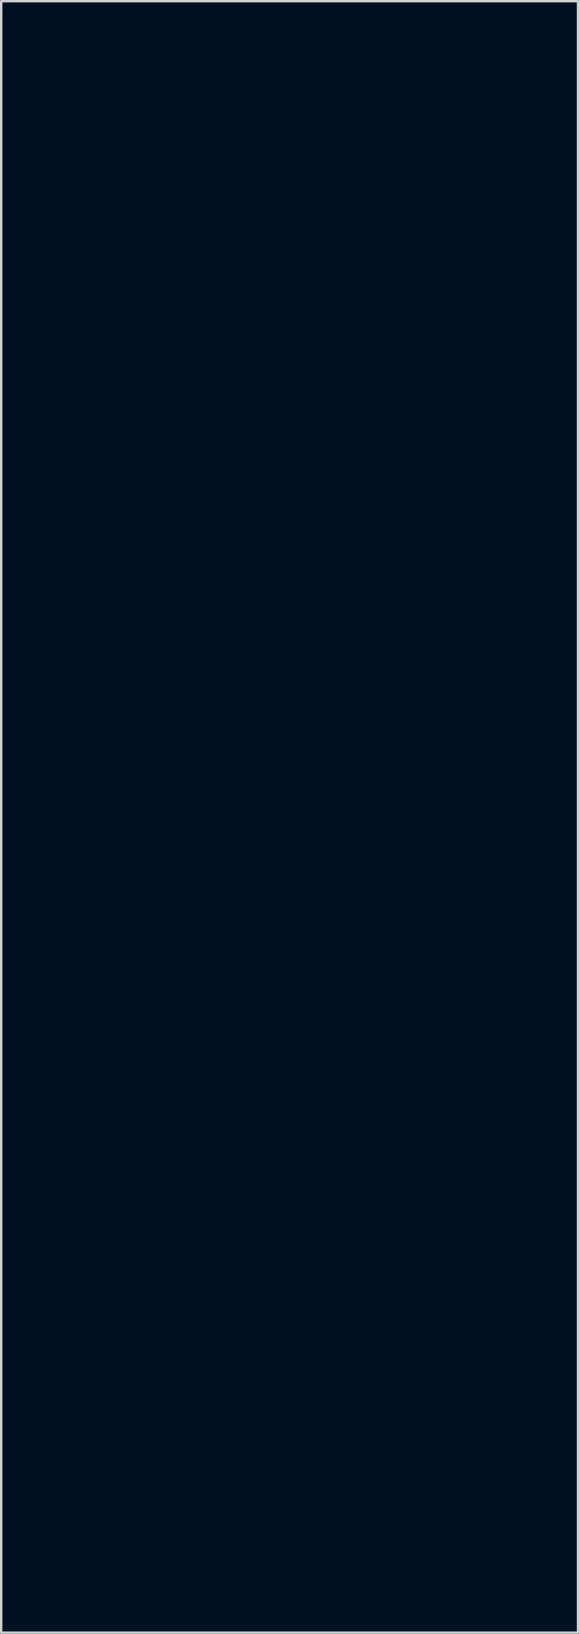
<source format=kicad_pcb>
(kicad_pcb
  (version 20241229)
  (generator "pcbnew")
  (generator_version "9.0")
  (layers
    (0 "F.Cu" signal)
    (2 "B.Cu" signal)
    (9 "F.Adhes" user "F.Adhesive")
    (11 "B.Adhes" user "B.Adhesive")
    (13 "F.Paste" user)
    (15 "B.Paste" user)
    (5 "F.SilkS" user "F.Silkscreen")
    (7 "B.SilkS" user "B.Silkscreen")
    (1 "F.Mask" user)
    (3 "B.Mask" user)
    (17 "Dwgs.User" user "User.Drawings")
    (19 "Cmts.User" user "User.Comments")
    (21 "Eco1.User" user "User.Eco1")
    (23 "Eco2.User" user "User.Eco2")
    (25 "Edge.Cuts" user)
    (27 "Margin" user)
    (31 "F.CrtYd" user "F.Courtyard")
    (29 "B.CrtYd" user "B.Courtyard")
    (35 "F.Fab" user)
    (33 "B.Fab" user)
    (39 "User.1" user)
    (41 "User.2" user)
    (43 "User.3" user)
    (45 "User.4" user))
  (footprint "key2codeFMask"
    (layer "F.Cu")
    (at 9.006 30.927)
    (property "Reference" "key2codeFMask" (at 0 0 0) (layer "F.Mask") (effects (font (size 1.524 1.524) (thickness 0.3))))
    (attr through_hole)
    (fp_poly (pts (xy 2 -9.747) (xy 0.286 -9.73) (xy -0.227 -9.725) (xy -0.628 -9.719) (xy -0.932 -9.711) (xy -1.153 -9.701) (xy -1.306 -9.686) (xy -1.407 -9.666) (xy -1.471 -9.64) (xy -1.511 -9.607) (xy -1.524 -9.591) (xy -1.658 -9.483) (xy -1.794 -9.427) (xy -1.898 -9.408) (xy -1.949 -9.436) (xy -1.967 -9.54) (xy -1.968 -9.696) (xy -1.954 -9.894) (xy -1.917 -10.043) (xy -1.892 -10.084) (xy -1.83 -10.107) (xy -1.691 -10.126) (xy -1.464 -10.14) (xy -1.142 -10.15) (xy -0.715 -10.157) (xy -0.174 -10.16) (xy 0.112 -10.16) (xy 2.04 -10.16) (xy 2 -9.747)) (stroke (width 0.01) (type solid)) (fill yes) (layer "F.Mask"))
    (fp_poly (pts (xy 1.834 -30.864) (xy 1.891 -30.826) (xy 1.961 -30.764) (xy 2.003 -30.68) (xy 2.024 -30.543) (xy 2.031 -30.323) (xy 2.032 -30.191) (xy 2.032 -29.654) (xy 0.074 -29.654) (xy -0.412 -29.656) (xy -0.858 -29.66) (xy -1.246 -29.665) (xy -1.561 -29.673) (xy -1.787 -29.682) (xy -1.91 -29.692) (xy -1.926 -29.697) (xy -1.949 -29.779) (xy -1.963 -29.945) (xy -1.968 -30.163) (xy -1.965 -30.397) (xy -1.955 -30.614) (xy -1.938 -30.779) (xy -1.914 -30.858) (xy -1.908 -30.861) (xy -1.809 -30.837) (xy -1.689 -30.789) (xy -1.586 -30.718) (xy -1.533 -30.602) (xy -1.511 -30.424) (xy -1.492 -30.131) (xy -0.905 -30.112) (xy -0.318 -30.094) (xy -0.318 -30.414) (xy -0.309 -30.596) (xy -0.287 -30.712) (xy -0.27 -30.734) (xy -0.189 -30.703) (xy -0.05 -30.628) (xy -0.016 -30.608) (xy 0.132 -30.489) (xy 0.187 -30.349) (xy 0.191 -30.29) (xy 0.191 -30.099) (xy 1.587 -30.099) (xy 1.587 -30.512) (xy 1.597 -30.758) (xy 1.633 -30.891) (xy 1.708 -30.922) (xy 1.834 -30.864)) (stroke (width 0.01) (type solid)) (fill yes) (layer "F.Mask"))
    (fp_poly (pts (xy 1.761 -24.124) (xy 1.884 -24.067) (xy 1.963 -23.991) (xy 2.007 -23.869) (xy 2.026 -23.673) (xy 2.031 -23.384) (xy 2.032 -22.86) (xy 0.074 -22.86) (xy -0.412 -22.861) (xy -0.858 -22.865) (xy -1.246 -22.871) (xy -1.561 -22.879) (xy -1.787 -22.888) (xy -1.91 -22.898) (xy -1.926 -22.902) (xy -1.944 -22.978) (xy -1.957 -23.141) (xy -1.965 -23.36) (xy -1.968 -23.6) (xy -1.965 -23.828) (xy -1.957 -24.012) (xy -1.942 -24.117) (xy -1.934 -24.13) (xy -1.859 -24.104) (xy -1.724 -24.04) (xy -1.715 -24.035) (xy -1.591 -23.948) (xy -1.532 -23.824) (xy -1.512 -23.67) (xy -1.492 -23.4) (xy -0.905 -23.381) (xy -0.318 -23.363) (xy -0.318 -23.651) (xy -0.304 -23.844) (xy -0.252 -23.927) (xy -0.142 -23.913) (xy -0.043 -23.866) (xy 0.119 -23.747) (xy 0.184 -23.593) (xy 0.19 -23.511) (xy 0.195 -23.448) (xy 0.226 -23.408) (xy 0.304 -23.384) (xy 0.452 -23.372) (xy 0.691 -23.368) (xy 0.889 -23.368) (xy 1.587 -23.368) (xy 1.587 -23.779) (xy 1.587 -24.19) (xy 1.761 -24.124)) (stroke (width 0.01) (type solid)) (fill yes) (layer "F.Mask"))
    (fp_poly (pts (xy 1.993 2.563) (xy 2.025 2.637) (xy 2.032 2.789) (xy 2.034 2.88) (xy 2.03 2.951) (xy 2.003 3.004) (xy 1.94 3.046) (xy 1.823 3.082) (xy 1.639 3.117) (xy 1.371 3.156) (xy 1.004 3.205) (xy 0.667 3.249) (xy -0.413 3.392) (xy 0.81 3.551) (xy 2.032 3.71) (xy 2.032 3.951) (xy 2.024 4.107) (xy 1.979 4.173) (xy 1.865 4.185) (xy 1.826 4.184) (xy 1.71 4.173) (xy 1.487 4.144) (xy 1.176 4.1) (xy 0.795 4.044) (xy 0.362 3.979) (xy -0.103 3.906) (xy -0.127 3.902) (xy -0.583 3.831) (xy -0.999 3.766) (xy -1.356 3.71) (xy -1.64 3.666) (xy -1.833 3.636) (xy -1.919 3.624) (xy -1.921 3.623) (xy -1.961 3.567) (xy -1.967 3.442) (xy -1.946 3.303) (xy -1.899 3.203) (xy -1.889 3.194) (xy -1.808 3.169) (xy -1.618 3.129) (xy -1.335 3.077) (xy -0.976 3.016) (xy -0.558 2.949) (xy -0.098 2.878) (xy 0 2.863) (xy 0.469 2.792) (xy 0.901 2.727) (xy 1.278 2.668) (xy 1.584 2.62) (xy 1.801 2.584) (xy 1.913 2.564) (xy 1.921 2.562) (xy 1.993 2.563)) (stroke (width 0.01) (type solid)) (fill yes) (layer "F.Mask"))
    (fp_poly (pts (xy 1.73 22.895) (xy 1.865 22.946) (xy 1.952 23.017) (xy 2.002 23.133) (xy 2.026 23.32) (xy 2.032 23.604) (xy 2.032 23.67) (xy 2.032 24.274) (xy 1.572 24.24) (xy 1.357 24.217) (xy 1.151 24.175) (xy 0.924 24.104) (xy 0.645 23.994) (xy 0.286 23.838) (xy -0.069 23.683) (xy -0.34 23.575) (xy -0.558 23.506) (xy -0.752 23.466) (xy -0.953 23.446) (xy -0.987 23.444) (xy -1.241 23.436) (xy -1.4 23.452) (xy -1.493 23.494) (xy -1.519 23.52) (xy -1.564 23.641) (xy -1.495 23.74) (xy -1.322 23.806) (xy -1.175 23.825) (xy -0.899 23.844) (xy -0.986 24.051) (xy -1.048 24.173) (xy -1.126 24.234) (xy -1.262 24.255) (xy -1.394 24.257) (xy -1.634 24.238) (xy -1.792 24.172) (xy -1.841 24.13) (xy -1.92 24.017) (xy -1.959 23.855) (xy -1.968 23.627) (xy -1.961 23.405) (xy -1.931 23.268) (xy -1.863 23.172) (xy -1.801 23.119) (xy -1.698 23.053) (xy -1.571 23.013) (xy -1.388 22.993) (xy -1.115 22.987) (xy -1.064 22.987) (xy -0.849 22.989) (xy -0.675 22.998) (xy -0.516 23.023) (xy -0.345 23.071) (xy -0.135 23.149) (xy 0.141 23.264) (xy 0.454 23.4) (xy 0.78 23.539) (xy 1.069 23.658) (xy 1.3 23.749) (xy 1.451 23.802) (xy 1.495 23.812) (xy 1.544 23.785) (xy 1.573 23.689) (xy 1.586 23.501) (xy 1.587 23.332) (xy 1.589 23.089) (xy 1.6 22.949) (xy 1.627 22.888) (xy 1.679 22.881) (xy 1.73 22.895)) (stroke (width 0.01) (type solid)) (fill yes) (layer "F.Mask"))
    (fp_poly (pts (xy 1.73 -17.3) (xy 1.865 -17.249) (xy 1.953 -17.178) (xy 2.003 -17.06) (xy 2.026 -16.871) (xy 2.032 -16.584) (xy 2.032 -16.534) (xy 2.032 -15.938) (xy 1.645 -15.938) (xy 1.477 -15.945) (xy 1.313 -15.969) (xy 1.129 -16.019) (xy 0.898 -16.103) (xy 0.593 -16.228) (xy 0.359 -16.33) (xy -0.018 -16.49) (xy -0.308 -16.603) (xy -0.54 -16.678) (xy -0.741 -16.723) (xy -0.94 -16.747) (xy -0.986 -16.75) (xy -1.237 -16.76) (xy -1.394 -16.747) (xy -1.487 -16.707) (xy -1.518 -16.676) (xy -1.564 -16.555) (xy -1.495 -16.456) (xy -1.322 -16.39) (xy -1.175 -16.37) (xy -0.899 -16.351) (xy -0.986 -16.145) (xy -1.048 -16.022) (xy -1.126 -15.961) (xy -1.262 -15.94) (xy -1.394 -15.938) (xy -1.634 -15.958) (xy -1.792 -16.023) (xy -1.841 -16.066) (xy -1.92 -16.178) (xy -1.959 -16.341) (xy -1.968 -16.569) (xy -1.961 -16.79) (xy -1.931 -16.928) (xy -1.863 -17.024) (xy -1.801 -17.077) (xy -1.698 -17.142) (xy -1.571 -17.182) (xy -1.388 -17.202) (xy -1.115 -17.208) (xy -1.064 -17.209) (xy -0.849 -17.207) (xy -0.675 -17.197) (xy -0.516 -17.172) (xy -0.345 -17.124) (xy -0.135 -17.046) (xy 0.141 -16.931) (xy 0.454 -16.796) (xy 0.78 -16.656) (xy 1.069 -16.537) (xy 1.3 -16.447) (xy 1.451 -16.393) (xy 1.495 -16.383) (xy 1.544 -16.41) (xy 1.573 -16.507) (xy 1.586 -16.695) (xy 1.587 -16.864) (xy 1.589 -17.106) (xy 1.6 -17.246) (xy 1.627 -17.307) (xy 1.679 -17.314) (xy 1.73 -17.3)) (stroke (width 0.01) (type solid)) (fill yes) (layer "F.Mask"))
    (fp_poly (pts (xy -1.762 -3.908) (xy -1.64 -3.845) (xy -1.573 -3.762) (xy -1.539 -3.617) (xy -1.524 -3.482) (xy -1.492 -3.143) (xy -0.589 -3.106) (xy -0.554 -3.369) (xy -0.495 -3.581) (xy -0.395 -3.762) (xy -0.375 -3.784) (xy -0.316 -3.842) (xy -0.25 -3.883) (xy -0.157 -3.91) (xy -0.014 -3.926) (xy 0.199 -3.934) (xy 0.504 -3.937) (xy 0.762 -3.937) (xy 1.139 -3.936) (xy 1.41 -3.932) (xy 1.596 -3.921) (xy 1.719 -3.901) (xy 1.8 -3.87) (xy 1.861 -3.824) (xy 1.894 -3.79) (xy 1.98 -3.665) (xy 2.022 -3.499) (xy 2.032 -3.282) (xy 2.015 -3.014) (xy 1.949 -2.835) (xy 1.816 -2.729) (xy 1.595 -2.679) (xy 1.31 -2.667) (xy 1.039 -2.674) (xy 0.866 -2.706) (xy 0.761 -2.775) (xy 0.694 -2.896) (xy 0.67 -2.969) (xy 0.654 -3.043) (xy 0.679 -3.086) (xy 0.771 -3.106) (xy 0.953 -3.111) (xy 1.067 -3.111) (xy 1.372 -3.13) (xy 1.564 -3.184) (xy 1.639 -3.271) (xy 1.593 -3.39) (xy 1.587 -3.397) (xy 1.49 -3.44) (xy 1.299 -3.471) (xy 1.046 -3.491) (xy 0.764 -3.498) (xy 0.487 -3.494) (xy 0.246 -3.476) (xy 0.074 -3.446) (xy 0.013 -3.416) (xy -0.038 -3.306) (xy -0.063 -3.133) (xy -0.064 -3.104) (xy -0.066 -2.936) (xy -0.084 -2.818) (xy -0.139 -2.74) (xy -0.248 -2.695) (xy -0.431 -2.674) (xy -0.706 -2.667) (xy -1.012 -2.667) (xy -1.333 -2.67) (xy -1.607 -2.678) (xy -1.81 -2.69) (xy -1.917 -2.705) (xy -1.926 -2.709) (xy -1.944 -2.787) (xy -1.958 -2.962) (xy -1.967 -3.205) (xy -1.968 -3.373) (xy -1.968 -3.994) (xy -1.762 -3.908)) (stroke (width 0.01) (type solid)) (fill yes) (layer "F.Mask"))
    (fp_poly (pts (xy 0.536 29.718) (xy 0.93 29.721) (xy 1.228 29.725) (xy 1.446 29.734) (xy 1.601 29.748) (xy 1.708 29.768) (xy 1.782 29.795) (xy 1.841 29.831) (xy 1.865 29.85) (xy 1.961 29.941) (xy 2.011 30.05) (xy 2.03 30.218) (xy 2.032 30.358) (xy 2.009 30.651) (xy 1.928 30.842) (xy 1.774 30.948) (xy 1.531 30.987) (xy 1.457 30.988) (xy 1.264 30.982) (xy 1.155 30.948) (xy 1.088 30.866) (xy 1.05 30.782) (xy 0.963 30.575) (xy 1.238 30.556) (xy 1.428 30.522) (xy 1.569 30.462) (xy 1.596 30.438) (xy 1.635 30.329) (xy 1.555 30.245) (xy 1.36 30.19) (xy 1.054 30.164) (xy 0.94 30.163) (xy 0.445 30.163) (xy 0.445 30.408) (xy 0.397 30.668) (xy 0.313 30.821) (xy 0.181 30.988) (xy -0.767 30.988) (xy -1.137 30.987) (xy -1.402 30.981) (xy -1.583 30.968) (xy -1.702 30.946) (xy -1.781 30.911) (xy -1.84 30.862) (xy -1.841 30.861) (xy -1.92 30.748) (xy -1.959 30.586) (xy -1.968 30.358) (xy -1.968 30.342) (xy -1.577 30.342) (xy -1.53 30.441) (xy -1.468 30.487) (xy -1.36 30.518) (xy -1.182 30.535) (xy -0.911 30.543) (xy -0.722 30.544) (xy 0 30.544) (xy 0 30.163) (xy -0.686 30.163) (xy -1.085 30.173) (xy -1.363 30.205) (xy -1.526 30.261) (xy -1.577 30.342) (xy -1.968 30.342) (xy -1.961 30.136) (xy -1.931 29.999) (xy -1.863 29.903) (xy -1.801 29.85) (xy -1.745 29.81) (xy -1.679 29.779) (xy -1.588 29.756) (xy -1.456 29.739) (xy -1.267 29.729) (xy -1.005 29.722) (xy -0.655 29.719) (xy -0.2 29.718) (xy 0.032 29.718) (xy 0.536 29.718)) (stroke (width 0.01) (type solid)) (fill yes) (layer "F.Mask"))
    (fp_poly (pts (xy 1.188 16.136) (xy 1.47 16.156) (xy 1.673 16.189) (xy 1.706 16.199) (xy 1.874 16.284) (xy 1.974 16.415) (xy 2.022 16.619) (xy 2.032 16.85) (xy 2.007 17.114) (xy 1.921 17.293) (xy 1.758 17.402) (xy 1.501 17.454) (xy 1.263 17.462) (xy 1.031 17.459) (xy 0.892 17.441) (xy 0.81 17.396) (xy 0.752 17.312) (xy 0.732 17.275) (xy 0.666 17.137) (xy 0.635 17.056) (xy 0.635 17.053) (xy 0.693 17.036) (xy 0.846 17.023) (xy 1.061 17.018) (xy 1.072 17.018) (xy 1.37 17.001) (xy 1.553 16.947) (xy 1.628 16.853) (xy 1.613 16.738) (xy 1.581 16.695) (xy 1.513 16.666) (xy 1.387 16.65) (xy 1.181 16.645) (xy 0.876 16.649) (xy 0.77 16.651) (xy -0.032 16.669) (xy -0.052 16.985) (xy -0.076 17.185) (xy -0.116 17.338) (xy -0.139 17.382) (xy -0.23 17.417) (xy -0.418 17.443) (xy -0.672 17.459) (xy -0.961 17.466) (xy -1.257 17.464) (xy -1.527 17.452) (xy -1.743 17.43) (xy -1.874 17.398) (xy -1.892 17.386) (xy -1.92 17.302) (xy -1.944 17.133) (xy -1.961 16.91) (xy -1.971 16.667) (xy -1.972 16.436) (xy -1.965 16.251) (xy -1.947 16.143) (xy -1.934 16.129) (xy -1.859 16.155) (xy -1.724 16.219) (xy -1.715 16.224) (xy -1.604 16.296) (xy -1.545 16.394) (xy -1.518 16.558) (xy -1.511 16.653) (xy -1.492 16.986) (xy -1.032 17.005) (xy -0.795 17.012) (xy -0.657 17.006) (xy -0.592 16.977) (xy -0.573 16.919) (xy -0.572 16.872) (xy -0.525 16.578) (xy -0.396 16.349) (xy -0.216 16.217) (xy -0.051 16.178) (xy 0.207 16.15) (xy 0.522 16.133) (xy 0.86 16.129) (xy 1.188 16.136)) (stroke (width 0.01) (type solid)) (fill yes) (layer "F.Mask"))
    (fp_poly (pts (xy -1.859 9.361) (xy -1.724 9.425) (xy -1.715 9.43) (xy -1.604 9.502) (xy -1.545 9.599) (xy -1.518 9.763) (xy -1.511 9.858) (xy -1.492 10.192) (xy -1.032 10.21) (xy -0.795 10.218) (xy -0.657 10.211) (xy -0.592 10.183) (xy -0.573 10.124) (xy -0.572 10.077) (xy -0.541 9.855) (xy -0.463 9.644) (xy -0.358 9.492) (xy -0.315 9.46) (xy -0.213 9.439) (xy -0.009 9.42) (xy 0.271 9.406) (xy 0.602 9.399) (xy 0.778 9.398) (xy 1.154 9.399) (xy 1.425 9.405) (xy 1.612 9.417) (xy 1.736 9.438) (xy 1.819 9.471) (xy 1.883 9.519) (xy 1.893 9.527) (xy 1.976 9.631) (xy 2.018 9.769) (xy 2.032 9.985) (xy 2.032 10.035) (xy 2.016 10.31) (xy 1.954 10.493) (xy 1.826 10.602) (xy 1.612 10.655) (xy 1.303 10.668) (xy 1.06 10.665) (xy 0.911 10.651) (xy 0.823 10.613) (xy 0.765 10.542) (xy 0.732 10.481) (xy 0.666 10.343) (xy 0.635 10.261) (xy 0.635 10.258) (xy 0.693 10.241) (xy 0.846 10.229) (xy 1.061 10.224) (xy 1.072 10.223) (xy 1.374 10.205) (xy 1.565 10.151) (xy 1.638 10.063) (xy 1.593 9.944) (xy 1.587 9.938) (xy 1.52 9.893) (xy 1.393 9.864) (xy 1.184 9.848) (xy 0.872 9.843) (xy 0.823 9.842) (xy 0.532 9.846) (xy 0.282 9.855) (xy 0.104 9.869) (xy 0.037 9.881) (xy -0.032 9.955) (xy -0.061 10.123) (xy -0.064 10.218) (xy -0.079 10.412) (xy -0.118 10.557) (xy -0.14 10.592) (xy -0.24 10.629) (xy -0.458 10.653) (xy -0.797 10.666) (xy -1.054 10.668) (xy -1.402 10.666) (xy -1.644 10.658) (xy -1.799 10.642) (xy -1.886 10.615) (xy -1.926 10.576) (xy -1.93 10.568) (xy -1.947 10.465) (xy -1.959 10.283) (xy -1.966 10.054) (xy -1.968 9.813) (xy -1.963 9.59) (xy -1.954 9.421) (xy -1.938 9.338) (xy -1.934 9.335) (xy -1.859 9.361)) (stroke (width 0.01) (type solid)) (fill yes) (layer "F.Mask")))
  (gr_rect
    (start -3 -3)
    (end 21.012 64.92)
    (stroke (width 0.1) (type default))
    (fill no)
    (layer "Edge.Cuts")))
</source>
